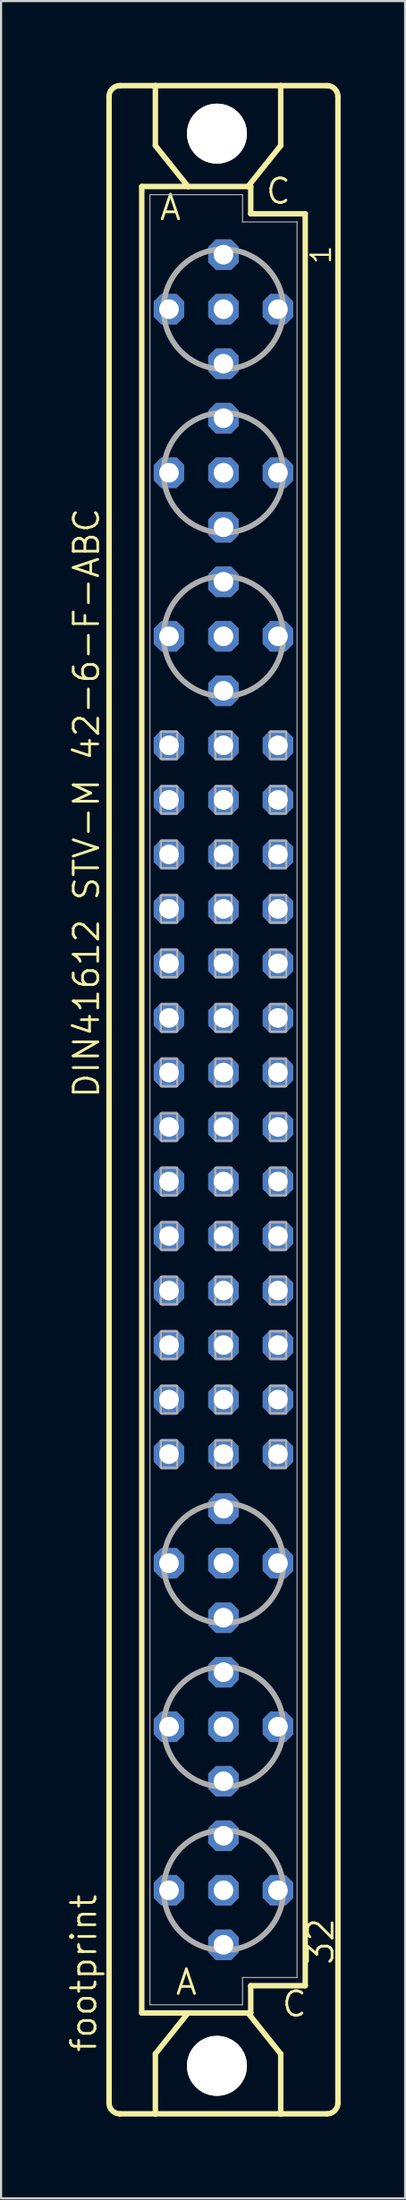
<source format=kicad_pcb>
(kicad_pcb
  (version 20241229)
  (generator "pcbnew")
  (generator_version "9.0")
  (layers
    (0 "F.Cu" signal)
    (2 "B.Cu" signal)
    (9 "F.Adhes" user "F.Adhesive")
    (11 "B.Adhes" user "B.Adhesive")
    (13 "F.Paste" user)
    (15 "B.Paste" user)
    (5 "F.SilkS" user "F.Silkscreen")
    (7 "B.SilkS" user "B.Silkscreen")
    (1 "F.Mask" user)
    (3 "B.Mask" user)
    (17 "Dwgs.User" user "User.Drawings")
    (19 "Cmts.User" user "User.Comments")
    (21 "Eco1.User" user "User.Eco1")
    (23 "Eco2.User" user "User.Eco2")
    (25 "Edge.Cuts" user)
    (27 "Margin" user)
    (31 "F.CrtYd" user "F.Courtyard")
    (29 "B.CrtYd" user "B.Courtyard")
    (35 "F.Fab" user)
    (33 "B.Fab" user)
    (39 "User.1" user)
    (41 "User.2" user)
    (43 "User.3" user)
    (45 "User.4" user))
  (footprint "footprint"
    (layer "F.Cu")
    (at 7.366 48.184)
    (property "Reference" "footprint" (at -5.842 44.45 90) (layer "F.SilkS") (effects (font (size 1.143 1.143) (thickness 0.127)) (justify left bottom)))
    (fp_line (start -5.334 46.736) (end -5.334 -46.736) (stroke (width 0.254) (type solid)) (layer "F.SilkS"))
    (fp_line (start -4.826 -47.244) (end -3.175 -47.244) (stroke (width 0.254) (type solid)) (layer "F.SilkS"))
    (fp_line (start -4.826 47.244) (end -3.175 47.244) (stroke (width 0.254) (type solid)) (layer "F.SilkS"))
    (fp_line (start -3.81 -42.545) (end -3.81 42.545) (stroke (width 0.254) (type solid)) (layer "F.SilkS"))
    (fp_line (start -3.81 42.545) (end -1.651 42.545) (stroke (width 0.254) (type solid)) (layer "F.SilkS"))
    (fp_line (start -3.175 -47.244) (end -3.175 -44.45) (stroke (width 0.254) (type solid)) (layer "F.SilkS"))
    (fp_line (start -3.175 47.244) (end -3.175 44.45) (stroke (width 0.254) (type solid)) (layer "F.SilkS"))
    (fp_line (start -3.175 47.244) (end 2.667 47.244) (stroke (width 0.254) (type solid)) (layer "F.SilkS"))
    (fp_line (start -1.651 -42.545) (end -3.81 -42.545) (stroke (width 0.254) (type solid)) (layer "F.SilkS"))
    (fp_line (start -1.651 -42.545) (end -3.175 -44.45) (stroke (width 0.254) (type solid)) (layer "F.SilkS"))
    (fp_line (start -1.651 42.545) (end -3.175 44.45) (stroke (width 0.254) (type solid)) (layer "F.SilkS"))
    (fp_line (start -1.651 42.545) (end 1.143 42.545) (stroke (width 0.254) (type solid)) (layer "F.SilkS"))
    (fp_line (start 1.143 -42.545) (end -1.651 -42.545) (stroke (width 0.254) (type solid)) (layer "F.SilkS"))
    (fp_line (start 1.143 -42.545) (end 2.667 -44.45) (stroke (width 0.254) (type solid)) (layer "F.SilkS"))
    (fp_line (start 1.143 42.545) (end 1.27 42.545) (stroke (width 0.254) (type solid)) (layer "F.SilkS"))
    (fp_line (start 1.143 42.545) (end 2.667 44.45) (stroke (width 0.254) (type solid)) (layer "F.SilkS"))
    (fp_line (start 1.27 -42.545) (end 1.143 -42.545) (stroke (width 0.254) (type solid)) (layer "F.SilkS"))
    (fp_line (start 1.27 -41.275) (end 1.27 -42.545) (stroke (width 0.254) (type solid)) (layer "F.SilkS"))
    (fp_line (start 1.27 41.275) (end 3.81 41.275) (stroke (width 0.254) (type solid)) (layer "F.SilkS"))
    (fp_line (start 1.27 42.545) (end 1.27 41.275) (stroke (width 0.254) (type solid)) (layer "F.SilkS"))
    (fp_line (start 2.667 -47.244) (end -3.175 -47.244) (stroke (width 0.254) (type solid)) (layer "F.SilkS"))
    (fp_line (start 2.667 -47.244) (end 2.667 -44.45) (stroke (width 0.254) (type solid)) (layer "F.SilkS"))
    (fp_line (start 2.667 47.244) (end 2.667 44.45) (stroke (width 0.254) (type solid)) (layer "F.SilkS"))
    (fp_line (start 2.667 47.244) (end 4.826 47.244) (stroke (width 0.254) (type solid)) (layer "F.SilkS"))
    (fp_line (start 3.81 -41.275) (end 1.27 -41.275) (stroke (width 0.254) (type solid)) (layer "F.SilkS"))
    (fp_line (start 3.81 41.275) (end 3.81 -41.275) (stroke (width 0.254) (type solid)) (layer "F.SilkS"))
    (fp_line (start 4.826 -47.244) (end 2.667 -47.244) (stroke (width 0.254) (type solid)) (layer "F.SilkS"))
    (fp_line (start 5.334 46.736) (end 5.334 -46.736) (stroke (width 0.254) (type solid)) (layer "F.SilkS"))
    (fp_arc (start -5.334 -46.736) (mid -5.18521 -47.09521) (end -4.826 -47.244) (stroke (width 0.254) (type solid)) (layer "F.SilkS"))
    (fp_arc (start -4.826 47.244) (mid -5.18521 47.09521) (end -5.334 46.736) (stroke (width 0.254) (type solid)) (layer "F.SilkS"))
    (fp_arc (start 4.826 -47.244) (mid 5.18521 -47.09521) (end 5.334 -46.736) (stroke (width 0.254) (type solid)) (layer "F.SilkS"))
    (fp_arc (start 5.334 46.736) (mid 5.18521 47.09521) (end 4.826 47.244) (stroke (width 0.254) (type solid)) (layer "F.SilkS"))
    (fp_circle (center -0.305 -45.009) (end 0.965 -45.009) (stroke (width 0.254) (type solid)) (fill no) (layer "F.SilkS"))
    (fp_circle (center -0.305 45.009) (end 0.965 45.009) (stroke (width 0.254) (type solid)) (fill no) (layer "F.SilkS"))
    (fp_line (start -3.429 -42.164) (end -3.429 42.164) (stroke (width 0.051) (type solid)) (layer "F.Fab"))
    (fp_line (start -3.429 -42.164) (end 0.889 -42.164) (stroke (width 0.051) (type solid)) (layer "F.Fab"))
    (fp_line (start -3.429 42.164) (end 0.889 42.164) (stroke (width 0.051) (type solid)) (layer "F.Fab"))
    (fp_line (start 0.889 -42.164) (end 0.889 -40.894) (stroke (width 0.051) (type solid)) (layer "F.Fab"))
    (fp_line (start 0.889 -40.894) (end 3.429 -40.894) (stroke (width 0.051) (type solid)) (layer "F.Fab"))
    (fp_line (start 0.889 40.894) (end 3.429 40.894) (stroke (width 0.051) (type solid)) (layer "F.Fab"))
    (fp_line (start 0.889 42.164) (end 0.889 40.894) (stroke (width 0.051) (type solid)) (layer "F.Fab"))
    (fp_line (start 3.429 -40.894) (end 3.429 40.894) (stroke (width 0.051) (type solid)) (layer "F.Fab"))
    (fp_circle (center 0 -36.83) (end 2.794 -36.83) (stroke (width 0.254) (type solid)) (fill no) (layer "F.Fab"))
    (fp_circle (center 0 -29.21) (end 2.794 -29.21) (stroke (width 0.254) (type solid)) (fill no) (layer "F.Fab"))
    (fp_circle (center 0 -21.59) (end 2.794 -21.59) (stroke (width 0.254) (type solid)) (fill no) (layer "F.Fab"))
    (fp_circle (center 0 21.59) (end 2.794 21.59) (stroke (width 0.254) (type solid)) (fill no) (layer "F.Fab"))
    (fp_circle (center 0 29.21) (end 2.794 29.21) (stroke (width 0.254) (type solid)) (fill no) (layer "F.Fab"))
    (fp_circle (center 0 36.83) (end 2.794 36.83) (stroke (width 0.254) (type solid)) (fill no) (layer "F.Fab"))
    (fp_poly (pts (xy -2.921 -15.875) (xy -2.159 -15.875) (xy -2.159 -17.145) (xy -2.921 -17.145)) (stroke (width 0.1) (type solid)) (fill no) (layer "F.Fab"))
    (fp_poly (pts (xy -2.921 -13.335) (xy -2.159 -13.335) (xy -2.159 -14.605) (xy -2.921 -14.605)) (stroke (width 0.1) (type solid)) (fill no) (layer "F.Fab"))
    (fp_poly (pts (xy -2.921 -10.795) (xy -2.159 -10.795) (xy -2.159 -12.065) (xy -2.921 -12.065)) (stroke (width 0.1) (type solid)) (fill no) (layer "F.Fab"))
    (fp_poly (pts (xy -2.921 -8.255) (xy -2.159 -8.255) (xy -2.159 -9.525) (xy -2.921 -9.525)) (stroke (width 0.1) (type solid)) (fill no) (layer "F.Fab"))
    (fp_poly (pts (xy -2.921 -5.715) (xy -2.159 -5.715) (xy -2.159 -6.985) (xy -2.921 -6.985)) (stroke (width 0.1) (type solid)) (fill no) (layer "F.Fab"))
    (fp_poly (pts (xy -2.921 -3.175) (xy -2.159 -3.175) (xy -2.159 -4.445) (xy -2.921 -4.445)) (stroke (width 0.1) (type solid)) (fill no) (layer "F.Fab"))
    (fp_poly (pts (xy -2.921 -0.635) (xy -2.159 -0.635) (xy -2.159 -1.905) (xy -2.921 -1.905)) (stroke (width 0.1) (type solid)) (fill no) (layer "F.Fab"))
    (fp_poly (pts (xy -2.921 1.905) (xy -2.159 1.905) (xy -2.159 0.635) (xy -2.921 0.635)) (stroke (width 0.1) (type solid)) (fill no) (layer "F.Fab"))
    (fp_poly (pts (xy -2.921 4.445) (xy -2.159 4.445) (xy -2.159 3.175) (xy -2.921 3.175)) (stroke (width 0.1) (type solid)) (fill no) (layer "F.Fab"))
    (fp_poly (pts (xy -2.921 6.985) (xy -2.159 6.985) (xy -2.159 5.715) (xy -2.921 5.715)) (stroke (width 0.1) (type solid)) (fill no) (layer "F.Fab"))
    (fp_poly (pts (xy -2.921 9.525) (xy -2.159 9.525) (xy -2.159 8.255) (xy -2.921 8.255)) (stroke (width 0.1) (type solid)) (fill no) (layer "F.Fab"))
    (fp_poly (pts (xy -2.921 12.065) (xy -2.159 12.065) (xy -2.159 10.795) (xy -2.921 10.795)) (stroke (width 0.1) (type solid)) (fill no) (layer "F.Fab"))
    (fp_poly (pts (xy -2.921 14.605) (xy -2.159 14.605) (xy -2.159 13.335) (xy -2.921 13.335)) (stroke (width 0.1) (type solid)) (fill no) (layer "F.Fab"))
    (fp_poly (pts (xy -2.921 17.145) (xy -2.159 17.145) (xy -2.159 15.875) (xy -2.921 15.875)) (stroke (width 0.1) (type solid)) (fill no) (layer "F.Fab"))
    (fp_poly (pts (xy -0.381 -15.875) (xy 0.381 -15.875) (xy 0.381 -17.145) (xy -0.381 -17.145)) (stroke (width 0.1) (type solid)) (fill no) (layer "F.Fab"))
    (fp_poly (pts (xy -0.381 -13.335) (xy 0.381 -13.335) (xy 0.381 -14.605) (xy -0.381 -14.605)) (stroke (width 0.1) (type solid)) (fill no) (layer "F.Fab"))
    (fp_poly (pts (xy -0.381 -10.795) (xy 0.381 -10.795) (xy 0.381 -12.065) (xy -0.381 -12.065)) (stroke (width 0.1) (type solid)) (fill no) (layer "F.Fab"))
    (fp_poly (pts (xy -0.381 -8.255) (xy 0.381 -8.255) (xy 0.381 -9.525) (xy -0.381 -9.525)) (stroke (width 0.1) (type solid)) (fill no) (layer "F.Fab"))
    (fp_poly (pts (xy -0.381 -5.715) (xy 0.381 -5.715) (xy 0.381 -6.985) (xy -0.381 -6.985)) (stroke (width 0.1) (type solid)) (fill no) (layer "F.Fab"))
    (fp_poly (pts (xy -0.381 -3.175) (xy 0.381 -3.175) (xy 0.381 -4.445) (xy -0.381 -4.445)) (stroke (width 0.1) (type solid)) (fill no) (layer "F.Fab"))
    (fp_poly (pts (xy -0.381 -0.635) (xy 0.381 -0.635) (xy 0.381 -1.905) (xy -0.381 -1.905)) (stroke (width 0.1) (type solid)) (fill no) (layer "F.Fab"))
    (fp_poly (pts (xy -0.381 1.905) (xy 0.381 1.905) (xy 0.381 0.635) (xy -0.381 0.635)) (stroke (width 0.1) (type solid)) (fill no) (layer "F.Fab"))
    (fp_poly (pts (xy -0.381 4.445) (xy 0.381 4.445) (xy 0.381 3.175) (xy -0.381 3.175)) (stroke (width 0.1) (type solid)) (fill no) (layer "F.Fab"))
    (fp_poly (pts (xy -0.381 6.985) (xy 0.381 6.985) (xy 0.381 5.715) (xy -0.381 5.715)) (stroke (width 0.1) (type solid)) (fill no) (layer "F.Fab"))
    (fp_poly (pts (xy -0.381 9.525) (xy 0.381 9.525) (xy 0.381 8.255) (xy -0.381 8.255)) (stroke (width 0.1) (type solid)) (fill no) (layer "F.Fab"))
    (fp_poly (pts (xy -0.381 12.065) (xy 0.381 12.065) (xy 0.381 10.795) (xy -0.381 10.795)) (stroke (width 0.1) (type solid)) (fill no) (layer "F.Fab"))
    (fp_poly (pts (xy -0.381 14.605) (xy 0.381 14.605) (xy 0.381 13.335) (xy -0.381 13.335)) (stroke (width 0.1) (type solid)) (fill no) (layer "F.Fab"))
    (fp_poly (pts (xy -0.381 17.145) (xy 0.381 17.145) (xy 0.381 15.875) (xy -0.381 15.875)) (stroke (width 0.1) (type solid)) (fill no) (layer "F.Fab"))
    (fp_poly (pts (xy 2.159 -15.875) (xy 2.921 -15.875) (xy 2.921 -17.145) (xy 2.159 -17.145)) (stroke (width 0.1) (type solid)) (fill no) (layer "F.Fab"))
    (fp_poly (pts (xy 2.159 -13.335) (xy 2.921 -13.335) (xy 2.921 -14.605) (xy 2.159 -14.605)) (stroke (width 0.1) (type solid)) (fill no) (layer "F.Fab"))
    (fp_poly (pts (xy 2.159 -10.795) (xy 2.921 -10.795) (xy 2.921 -12.065) (xy 2.159 -12.065)) (stroke (width 0.1) (type solid)) (fill no) (layer "F.Fab"))
    (fp_poly (pts (xy 2.159 -8.255) (xy 2.921 -8.255) (xy 2.921 -9.525) (xy 2.159 -9.525)) (stroke (width 0.1) (type solid)) (fill no) (layer "F.Fab"))
    (fp_poly (pts (xy 2.159 -5.715) (xy 2.921 -5.715) (xy 2.921 -6.985) (xy 2.159 -6.985)) (stroke (width 0.1) (type solid)) (fill no) (layer "F.Fab"))
    (fp_poly (pts (xy 2.159 -3.175) (xy 2.921 -3.175) (xy 2.921 -4.445) (xy 2.159 -4.445)) (stroke (width 0.1) (type solid)) (fill no) (layer "F.Fab"))
    (fp_poly (pts (xy 2.159 -0.635) (xy 2.921 -0.635) (xy 2.921 -1.905) (xy 2.159 -1.905)) (stroke (width 0.1) (type solid)) (fill no) (layer "F.Fab"))
    (fp_poly (pts (xy 2.159 1.905) (xy 2.921 1.905) (xy 2.921 0.635) (xy 2.159 0.635)) (stroke (width 0.1) (type solid)) (fill no) (layer "F.Fab"))
    (fp_poly (pts (xy 2.159 4.445) (xy 2.921 4.445) (xy 2.921 3.175) (xy 2.159 3.175)) (stroke (width 0.1) (type solid)) (fill no) (layer "F.Fab"))
    (fp_poly (pts (xy 2.159 6.985) (xy 2.921 6.985) (xy 2.921 5.715) (xy 2.159 5.715)) (stroke (width 0.1) (type solid)) (fill no) (layer "F.Fab"))
    (fp_poly (pts (xy 2.159 9.525) (xy 2.921 9.525) (xy 2.921 8.255) (xy 2.159 8.255)) (stroke (width 0.1) (type solid)) (fill no) (layer "F.Fab"))
    (fp_poly (pts (xy 2.159 12.065) (xy 2.921 12.065) (xy 2.921 10.795) (xy 2.159 10.795)) (stroke (width 0.1) (type solid)) (fill no) (layer "F.Fab"))
    (fp_poly (pts (xy 2.159 14.605) (xy 2.921 14.605) (xy 2.921 13.335) (xy 2.159 13.335)) (stroke (width 0.1) (type solid)) (fill no) (layer "F.Fab"))
    (fp_poly (pts (xy 2.159 17.145) (xy 2.921 17.145) (xy 2.921 15.875) (xy 2.159 15.875)) (stroke (width 0.1) (type solid)) (fill no) (layer "F.Fab"))
    (fp_text user "A" (at -3.048 -40.894 0) (layer "F.SilkS") (effects (font (size 1.143 1.143) (thickness 0.127)) (justify left bottom)))
    (fp_text user "DIN41612 STV-M 42-6-F-ABC" (at -5.715 0 90) (layer "F.SilkS") (effects (font (size 1.143 1.143) (thickness 0.127)) (justify left bottom)))
    (fp_text user "1" (at 5.08 -38.862 90) (layer "F.SilkS") (effects (font (size 0.914 0.914) (thickness 0.102)) (justify left bottom)))
    (fp_text user "C" (at 1.905 -41.656 0) (layer "F.SilkS") (effects (font (size 1.143 1.143) (thickness 0.127)) (justify left bottom)))
    (fp_text user "32" (at 5.207 40.386 90) (layer "F.SilkS") (effects (font (size 1.143 1.143) (thickness 0.127)) (justify left bottom)))
    (fp_text user " A " (at -3.175 41.783 0) (layer "F.SilkS") (effects (font (size 1.143 1.143) (thickness 0.127)) (justify left bottom)))
    (fp_text user " C " (at 1.778 42.799 0) (layer "F.SilkS") (effects (font (size 1.143 1.143) (thickness 0.127)) (justify left bottom)))
    (pad "" np_thru_hole circle (at -0.305 -45.009) (size 2.794 2.794) (drill 2.794) (layers "*.Cu" "*.Mask"))
    (pad "" np_thru_hole circle (at -0.305 45.009) (size 2.794 2.794) (drill 2.794) (layers "*.Cu" "*.Mask"))
    (pad "A2" thru_hole roundrect (at -2.54 -36.83) (size 1.422 1.422) (drill 0.914) (layers "*.Cu" "*.Mask") (roundrect_rratio 0.25) (chamfer_ratio 0.25) (chamfer top_left top_right bottom_left bottom_right))
    (pad "A5" thru_hole roundrect (at -2.54 -29.21) (size 1.422 1.422) (drill 0.914) (layers "*.Cu" "*.Mask") (roundrect_rratio 0.25) (chamfer_ratio 0.25) (chamfer top_left top_right bottom_left bottom_right))
    (pad "A8" thru_hole roundrect (at -2.54 -21.59) (size 1.422 1.422) (drill 0.914) (layers "*.Cu" "*.Mask") (roundrect_rratio 0.25) (chamfer_ratio 0.25) (chamfer top_left top_right bottom_left bottom_right))
    (pad "A10" thru_hole roundrect (at -2.54 -16.51) (size 1.422 1.422) (drill 0.914) (layers "*.Cu" "*.Mask") (roundrect_rratio 0.25) (chamfer_ratio 0.25) (chamfer top_left top_right bottom_left bottom_right))
    (pad "A11" thru_hole roundrect (at -2.54 -13.97) (size 1.422 1.422) (drill 0.914) (layers "*.Cu" "*.Mask") (roundrect_rratio 0.25) (chamfer_ratio 0.25) (chamfer top_left top_right bottom_left bottom_right))
    (pad "A12" thru_hole roundrect (at -2.54 -11.43) (size 1.422 1.422) (drill 0.914) (layers "*.Cu" "*.Mask") (roundrect_rratio 0.25) (chamfer_ratio 0.25) (chamfer top_left top_right bottom_left bottom_right))
    (pad "A13" thru_hole roundrect (at -2.54 -8.89) (size 1.422 1.422) (drill 0.914) (layers "*.Cu" "*.Mask") (roundrect_rratio 0.25) (chamfer_ratio 0.25) (chamfer top_left top_right bottom_left bottom_right))
    (pad "A14" thru_hole roundrect (at -2.54 -6.35) (size 1.422 1.422) (drill 0.914) (layers "*.Cu" "*.Mask") (roundrect_rratio 0.25) (chamfer_ratio 0.25) (chamfer top_left top_right bottom_left bottom_right))
    (pad "A15" thru_hole roundrect (at -2.54 -3.81) (size 1.422 1.422) (drill 0.914) (layers "*.Cu" "*.Mask") (roundrect_rratio 0.25) (chamfer_ratio 0.25) (chamfer top_left top_right bottom_left bottom_right))
    (pad "A16" thru_hole roundrect (at -2.54 -1.27) (size 1.422 1.422) (drill 0.914) (layers "*.Cu" "*.Mask") (roundrect_rratio 0.25) (chamfer_ratio 0.25) (chamfer top_left top_right bottom_left bottom_right))
    (pad "A17" thru_hole roundrect (at -2.54 1.27) (size 1.422 1.422) (drill 0.914) (layers "*.Cu" "*.Mask") (roundrect_rratio 0.25) (chamfer_ratio 0.25) (chamfer top_left top_right bottom_left bottom_right))
    (pad "A18" thru_hole roundrect (at -2.54 3.81) (size 1.422 1.422) (drill 0.914) (layers "*.Cu" "*.Mask") (roundrect_rratio 0.25) (chamfer_ratio 0.25) (chamfer top_left top_right bottom_left bottom_right))
    (pad "A19" thru_hole roundrect (at -2.54 6.35) (size 1.422 1.422) (drill 0.914) (layers "*.Cu" "*.Mask") (roundrect_rratio 0.25) (chamfer_ratio 0.25) (chamfer top_left top_right bottom_left bottom_right))
    (pad "A20" thru_hole roundrect (at -2.54 8.89) (size 1.422 1.422) (drill 0.914) (layers "*.Cu" "*.Mask") (roundrect_rratio 0.25) (chamfer_ratio 0.25) (chamfer top_left top_right bottom_left bottom_right))
    (pad "A21" thru_hole roundrect (at -2.54 11.43) (size 1.422 1.422) (drill 0.914) (layers "*.Cu" "*.Mask") (roundrect_rratio 0.25) (chamfer_ratio 0.25) (chamfer top_left top_right bottom_left bottom_right))
    (pad "A22" thru_hole roundrect (at -2.54 13.97) (size 1.422 1.422) (drill 0.914) (layers "*.Cu" "*.Mask") (roundrect_rratio 0.25) (chamfer_ratio 0.25) (chamfer top_left top_right bottom_left bottom_right))
    (pad "A23" thru_hole roundrect (at -2.54 16.51) (size 1.422 1.422) (drill 0.914) (layers "*.Cu" "*.Mask") (roundrect_rratio 0.25) (chamfer_ratio 0.25) (chamfer top_left top_right bottom_left bottom_right))
    (pad "A25" thru_hole roundrect (at -2.54 21.59) (size 1.422 1.422) (drill 0.914) (layers "*.Cu" "*.Mask") (roundrect_rratio 0.25) (chamfer_ratio 0.25) (chamfer top_left top_right bottom_left bottom_right))
    (pad "A28" thru_hole roundrect (at -2.54 29.21) (size 1.422 1.422) (drill 0.914) (layers "*.Cu" "*.Mask") (roundrect_rratio 0.25) (chamfer_ratio 0.25) (chamfer top_left top_right bottom_left bottom_right))
    (pad "A31" thru_hole roundrect (at -2.54 36.83) (size 1.422 1.422) (drill 0.914) (layers "*.Cu" "*.Mask") (roundrect_rratio 0.25) (chamfer_ratio 0.25) (chamfer top_left top_right bottom_left bottom_right))
    (pad "B1" thru_hole roundrect (at 0 -39.37) (size 1.422 1.422) (drill 0.914) (layers "*.Cu" "*.Mask") (roundrect_rratio 0.25) (chamfer_ratio 0.25) (chamfer top_left top_right bottom_left bottom_right))
    (pad "B2" thru_hole roundrect (at 0 -36.83) (size 1.422 1.422) (drill 0.914) (layers "*.Cu" "*.Mask") (roundrect_rratio 0.25) (chamfer_ratio 0.25) (chamfer top_left top_right bottom_left bottom_right))
    (pad "B3" thru_hole roundrect (at 0 -34.29) (size 1.422 1.422) (drill 0.914) (layers "*.Cu" "*.Mask") (roundrect_rratio 0.25) (chamfer_ratio 0.25) (chamfer top_left top_right bottom_left bottom_right))
    (pad "B4" thru_hole roundrect (at 0 -31.75) (size 1.422 1.422) (drill 0.914) (layers "*.Cu" "*.Mask") (roundrect_rratio 0.25) (chamfer_ratio 0.25) (chamfer top_left top_right bottom_left bottom_right))
    (pad "B5" thru_hole roundrect (at 0 -29.21) (size 1.422 1.422) (drill 0.914) (layers "*.Cu" "*.Mask") (roundrect_rratio 0.25) (chamfer_ratio 0.25) (chamfer top_left top_right bottom_left bottom_right))
    (pad "B6" thru_hole roundrect (at 0 -26.67) (size 1.422 1.422) (drill 0.914) (layers "*.Cu" "*.Mask") (roundrect_rratio 0.25) (chamfer_ratio 0.25) (chamfer top_left top_right bottom_left bottom_right))
    (pad "B7" thru_hole roundrect (at 0 -24.13) (size 1.422 1.422) (drill 0.914) (layers "*.Cu" "*.Mask") (roundrect_rratio 0.25) (chamfer_ratio 0.25) (chamfer top_left top_right bottom_left bottom_right))
    (pad "B8" thru_hole roundrect (at 0 -21.59) (size 1.422 1.422) (drill 0.914) (layers "*.Cu" "*.Mask") (roundrect_rratio 0.25) (chamfer_ratio 0.25) (chamfer top_left top_right bottom_left bottom_right))
    (pad "B9" thru_hole roundrect (at 0 -19.05) (size 1.422 1.422) (drill 0.914) (layers "*.Cu" "*.Mask") (roundrect_rratio 0.25) (chamfer_ratio 0.25) (chamfer top_left top_right bottom_left bottom_right))
    (pad "B10" thru_hole roundrect (at 0 -16.51) (size 1.422 1.422) (drill 0.914) (layers "*.Cu" "*.Mask") (roundrect_rratio 0.25) (chamfer_ratio 0.25) (chamfer top_left top_right bottom_left bottom_right))
    (pad "B11" thru_hole roundrect (at 0 -13.97) (size 1.422 1.422) (drill 0.914) (layers "*.Cu" "*.Mask") (roundrect_rratio 0.25) (chamfer_ratio 0.25) (chamfer top_left top_right bottom_left bottom_right))
    (pad "B12" thru_hole roundrect (at 0 -11.43) (size 1.422 1.422) (drill 0.914) (layers "*.Cu" "*.Mask") (roundrect_rratio 0.25) (chamfer_ratio 0.25) (chamfer top_left top_right bottom_left bottom_right))
    (pad "B13" thru_hole roundrect (at 0 -8.89) (size 1.422 1.422) (drill 0.914) (layers "*.Cu" "*.Mask") (roundrect_rratio 0.25) (chamfer_ratio 0.25) (chamfer top_left top_right bottom_left bottom_right))
    (pad "B14" thru_hole roundrect (at 0 -6.35) (size 1.422 1.422) (drill 0.914) (layers "*.Cu" "*.Mask") (roundrect_rratio 0.25) (chamfer_ratio 0.25) (chamfer top_left top_right bottom_left bottom_right))
    (pad "B15" thru_hole roundrect (at 0 -3.81) (size 1.422 1.422) (drill 0.914) (layers "*.Cu" "*.Mask") (roundrect_rratio 0.25) (chamfer_ratio 0.25) (chamfer top_left top_right bottom_left bottom_right))
    (pad "B16" thru_hole roundrect (at 0 -1.27) (size 1.422 1.422) (drill 0.914) (layers "*.Cu" "*.Mask") (roundrect_rratio 0.25) (chamfer_ratio 0.25) (chamfer top_left top_right bottom_left bottom_right))
    (pad "B17" thru_hole roundrect (at 0 1.27) (size 1.422 1.422) (drill 0.914) (layers "*.Cu" "*.Mask") (roundrect_rratio 0.25) (chamfer_ratio 0.25) (chamfer top_left top_right bottom_left bottom_right))
    (pad "B18" thru_hole roundrect (at 0 3.81) (size 1.422 1.422) (drill 0.914) (layers "*.Cu" "*.Mask") (roundrect_rratio 0.25) (chamfer_ratio 0.25) (chamfer top_left top_right bottom_left bottom_right))
    (pad "B19" thru_hole roundrect (at 0 6.35) (size 1.422 1.422) (drill 0.914) (layers "*.Cu" "*.Mask") (roundrect_rratio 0.25) (chamfer_ratio 0.25) (chamfer top_left top_right bottom_left bottom_right))
    (pad "B20" thru_hole roundrect (at 0 8.89) (size 1.422 1.422) (drill 0.914) (layers "*.Cu" "*.Mask") (roundrect_rratio 0.25) (chamfer_ratio 0.25) (chamfer top_left top_right bottom_left bottom_right))
    (pad "B21" thru_hole roundrect (at 0 11.43) (size 1.422 1.422) (drill 0.914) (layers "*.Cu" "*.Mask") (roundrect_rratio 0.25) (chamfer_ratio 0.25) (chamfer top_left top_right bottom_left bottom_right))
    (pad "B22" thru_hole roundrect (at 0 13.97) (size 1.422 1.422) (drill 0.914) (layers "*.Cu" "*.Mask") (roundrect_rratio 0.25) (chamfer_ratio 0.25) (chamfer top_left top_right bottom_left bottom_right))
    (pad "B23" thru_hole roundrect (at 0 16.51) (size 1.422 1.422) (drill 0.914) (layers "*.Cu" "*.Mask") (roundrect_rratio 0.25) (chamfer_ratio 0.25) (chamfer top_left top_right bottom_left bottom_right))
    (pad "B24" thru_hole roundrect (at 0 19.05) (size 1.422 1.422) (drill 0.914) (layers "*.Cu" "*.Mask") (roundrect_rratio 0.25) (chamfer_ratio 0.25) (chamfer top_left top_right bottom_left bottom_right))
    (pad "B25" thru_hole roundrect (at 0 21.59) (size 1.422 1.422) (drill 0.914) (layers "*.Cu" "*.Mask") (roundrect_rratio 0.25) (chamfer_ratio 0.25) (chamfer top_left top_right bottom_left bottom_right))
    (pad "B26" thru_hole roundrect (at 0 24.13) (size 1.422 1.422) (drill 0.914) (layers "*.Cu" "*.Mask") (roundrect_rratio 0.25) (chamfer_ratio 0.25) (chamfer top_left top_right bottom_left bottom_right))
    (pad "B27" thru_hole roundrect (at 0 26.67) (size 1.422 1.422) (drill 0.914) (layers "*.Cu" "*.Mask") (roundrect_rratio 0.25) (chamfer_ratio 0.25) (chamfer top_left top_right bottom_left bottom_right))
    (pad "B28" thru_hole roundrect (at 0 29.21) (size 1.422 1.422) (drill 0.914) (layers "*.Cu" "*.Mask") (roundrect_rratio 0.25) (chamfer_ratio 0.25) (chamfer top_left top_right bottom_left bottom_right))
    (pad "B29" thru_hole roundrect (at 0 31.75) (size 1.422 1.422) (drill 0.914) (layers "*.Cu" "*.Mask") (roundrect_rratio 0.25) (chamfer_ratio 0.25) (chamfer top_left top_right bottom_left bottom_right))
    (pad "B30" thru_hole roundrect (at 0 34.29) (size 1.422 1.422) (drill 0.914) (layers "*.Cu" "*.Mask") (roundrect_rratio 0.25) (chamfer_ratio 0.25) (chamfer top_left top_right bottom_left bottom_right))
    (pad "B31" thru_hole roundrect (at 0 36.83) (size 1.422 1.422) (drill 0.914) (layers "*.Cu" "*.Mask") (roundrect_rratio 0.25) (chamfer_ratio 0.25) (chamfer top_left top_right bottom_left bottom_right))
    (pad "B32" thru_hole roundrect (at 0 39.37) (size 1.422 1.422) (drill 0.914) (layers "*.Cu" "*.Mask") (roundrect_rratio 0.25) (chamfer_ratio 0.25) (chamfer top_left top_right bottom_left bottom_right))
    (pad "C2" thru_hole roundrect (at 2.54 -36.83) (size 1.422 1.422) (drill 0.914) (layers "*.Cu" "*.Mask") (roundrect_rratio 0.25) (chamfer_ratio 0.25) (chamfer top_left top_right bottom_left bottom_right))
    (pad "C5" thru_hole roundrect (at 2.54 -29.21) (size 1.422 1.422) (drill 0.914) (layers "*.Cu" "*.Mask") (roundrect_rratio 0.25) (chamfer_ratio 0.25) (chamfer top_left top_right bottom_left bottom_right))
    (pad "C8" thru_hole roundrect (at 2.54 -21.59) (size 1.422 1.422) (drill 0.914) (layers "*.Cu" "*.Mask") (roundrect_rratio 0.25) (chamfer_ratio 0.25) (chamfer top_left top_right bottom_left bottom_right))
    (pad "C10" thru_hole roundrect (at 2.54 -16.51) (size 1.422 1.422) (drill 0.914) (layers "*.Cu" "*.Mask") (roundrect_rratio 0.25) (chamfer_ratio 0.25) (chamfer top_left top_right bottom_left bottom_right))
    (pad "C11" thru_hole roundrect (at 2.54 -13.97) (size 1.422 1.422) (drill 0.914) (layers "*.Cu" "*.Mask") (roundrect_rratio 0.25) (chamfer_ratio 0.25) (chamfer top_left top_right bottom_left bottom_right))
    (pad "C12" thru_hole roundrect (at 2.54 -11.43) (size 1.422 1.422) (drill 0.914) (layers "*.Cu" "*.Mask") (roundrect_rratio 0.25) (chamfer_ratio 0.25) (chamfer top_left top_right bottom_left bottom_right))
    (pad "C13" thru_hole roundrect (at 2.54 -8.89) (size 1.422 1.422) (drill 0.914) (layers "*.Cu" "*.Mask") (roundrect_rratio 0.25) (chamfer_ratio 0.25) (chamfer top_left top_right bottom_left bottom_right))
    (pad "C14" thru_hole roundrect (at 2.54 -6.35) (size 1.422 1.422) (drill 0.914) (layers "*.Cu" "*.Mask") (roundrect_rratio 0.25) (chamfer_ratio 0.25) (chamfer top_left top_right bottom_left bottom_right))
    (pad "C15" thru_hole roundrect (at 2.54 -3.81) (size 1.422 1.422) (drill 0.914) (layers "*.Cu" "*.Mask") (roundrect_rratio 0.25) (chamfer_ratio 0.25) (chamfer top_left top_right bottom_left bottom_right))
    (pad "C16" thru_hole roundrect (at 2.54 -1.27) (size 1.422 1.422) (drill 0.914) (layers "*.Cu" "*.Mask") (roundrect_rratio 0.25) (chamfer_ratio 0.25) (chamfer top_left top_right bottom_left bottom_right))
    (pad "C17" thru_hole roundrect (at 2.54 1.27) (size 1.422 1.422) (drill 0.914) (layers "*.Cu" "*.Mask") (roundrect_rratio 0.25) (chamfer_ratio 0.25) (chamfer top_left top_right bottom_left bottom_right))
    (pad "C18" thru_hole roundrect (at 2.54 3.81) (size 1.422 1.422) (drill 0.914) (layers "*.Cu" "*.Mask") (roundrect_rratio 0.25) (chamfer_ratio 0.25) (chamfer top_left top_right bottom_left bottom_right))
    (pad "C19" thru_hole roundrect (at 2.54 6.35) (size 1.422 1.422) (drill 0.914) (layers "*.Cu" "*.Mask") (roundrect_rratio 0.25) (chamfer_ratio 0.25) (chamfer top_left top_right bottom_left bottom_right))
    (pad "C20" thru_hole roundrect (at 2.54 8.89) (size 1.422 1.422) (drill 0.914) (layers "*.Cu" "*.Mask") (roundrect_rratio 0.25) (chamfer_ratio 0.25) (chamfer top_left top_right bottom_left bottom_right))
    (pad "C21" thru_hole roundrect (at 2.54 11.43) (size 1.422 1.422) (drill 0.914) (layers "*.Cu" "*.Mask") (roundrect_rratio 0.25) (chamfer_ratio 0.25) (chamfer top_left top_right bottom_left bottom_right))
    (pad "C22" thru_hole roundrect (at 2.54 13.97) (size 1.422 1.422) (drill 0.914) (layers "*.Cu" "*.Mask") (roundrect_rratio 0.25) (chamfer_ratio 0.25) (chamfer top_left top_right bottom_left bottom_right))
    (pad "C23" thru_hole roundrect (at 2.54 16.51) (size 1.422 1.422) (drill 0.914) (layers "*.Cu" "*.Mask") (roundrect_rratio 0.25) (chamfer_ratio 0.25) (chamfer top_left top_right bottom_left bottom_right))
    (pad "C25" thru_hole roundrect (at 2.54 21.59) (size 1.422 1.422) (drill 0.914) (layers "*.Cu" "*.Mask") (roundrect_rratio 0.25) (chamfer_ratio 0.25) (chamfer top_left top_right bottom_left bottom_right))
    (pad "C28" thru_hole roundrect (at 2.54 29.21) (size 1.422 1.422) (drill 0.914) (layers "*.Cu" "*.Mask") (roundrect_rratio 0.25) (chamfer_ratio 0.25) (chamfer top_left top_right bottom_left bottom_right))
    (pad "C31" thru_hole roundrect (at 2.54 36.83) (size 1.422 1.422) (drill 0.914) (layers "*.Cu" "*.Mask") (roundrect_rratio 0.25) (chamfer_ratio 0.25) (chamfer top_left top_right bottom_left bottom_right))
    (zone (net_name "") (layers "F.Cu" "B.Cu") (hatch edge 0.508) (connect_pads) (min_thickness 0.254) (filled_areas_thickness no) (keepout (tracks allowed) (vias not_allowed) (pads allowed) (copperpour allowed) (footprints allowed)) (placement (enabled no)) (fill) (polygon (pts (xy 10.236 3.175) (xy 10.188 2.624) (xy 10.045 2.089) (xy 9.811 1.587) (xy 9.493 1.134) (xy 9.102 0.743) (xy 8.649 0.425) (xy 8.147 0.191) (xy 7.613 0.048) (xy 7.061 0) (xy 6.51 0.048) (xy 5.975 0.191) (xy 5.474 0.425) (xy 5.02 0.743) (xy 4.629 1.134) (xy 4.312 1.587) (xy 4.078 2.089) (xy 3.934 2.624) (xy 3.886 3.175) (xy 3.934 3.726) (xy 4.078 4.261) (xy 4.312 4.763) (xy 4.629 5.216) (xy 5.02 5.607) (xy 5.474 5.925) (xy 5.975 6.159) (xy 6.51 6.302) (xy 7.061 6.35) (xy 7.613 6.302) (xy 8.147 6.159) (xy 8.649 5.925) (xy 9.102 5.607) (xy 9.493 5.216) (xy 9.811 4.763) (xy 10.045 4.261) (xy 10.188 3.726))) (polygon (pts (xy 8.458 3.175) (xy 8.437 2.932) (xy 8.374 2.697) (xy 8.271 2.477) (xy 8.131 2.277) (xy 7.959 2.105) (xy 7.76 1.965) (xy 7.539 1.862) (xy 7.304 1.799) (xy 7.061 1.778) (xy 6.819 1.799) (xy 6.583 1.862) (xy 6.363 1.965) (xy 6.163 2.105) (xy 5.991 2.277) (xy 5.851 2.477) (xy 5.748 2.697) (xy 5.685 2.932) (xy 5.664 3.175) (xy 5.685 3.418) (xy 5.748 3.653) (xy 5.851 3.873) (xy 5.991 4.073) (xy 6.163 4.245) (xy 6.363 4.385) (xy 6.583 4.488) (xy 6.819 4.551) (xy 7.061 4.572) (xy 7.304 4.551) (xy 7.539 4.488) (xy 7.76 4.385) (xy 7.959 4.245) (xy 8.131 4.073) (xy 8.271 3.873) (xy 8.374 3.653) (xy 8.437 3.418))))
    (zone (net_name "") (layers "F.Cu" "B.Cu") (hatch edge 0.508) (connect_pads) (min_thickness 0.254) (filled_areas_thickness no) (keepout (tracks allowed) (vias not_allowed) (pads allowed) (copperpour allowed) (footprints allowed)) (placement (enabled no)) (fill) (polygon (pts (xy 10.236 93.193) (xy 10.188 92.641) (xy 10.045 92.107) (xy 9.811 91.605) (xy 9.493 91.152) (xy 9.102 90.76) (xy 8.649 90.443) (xy 8.147 90.209) (xy 7.613 90.066) (xy 7.061 90.018) (xy 6.51 90.066) (xy 5.975 90.209) (xy 5.474 90.443) (xy 5.02 90.76) (xy 4.629 91.152) (xy 4.312 91.605) (xy 4.078 92.107) (xy 3.934 92.641) (xy 3.886 93.193) (xy 3.934 93.744) (xy 4.078 94.279) (xy 4.312 94.78) (xy 4.629 95.233) (xy 5.02 95.625) (xy 5.474 95.942) (xy 5.975 96.176) (xy 6.51 96.319) (xy 7.061 96.368) (xy 7.613 96.319) (xy 8.147 96.176) (xy 8.649 95.942) (xy 9.102 95.625) (xy 9.493 95.233) (xy 9.811 94.78) (xy 10.045 94.279) (xy 10.188 93.744))) (polygon (pts (xy 8.458 93.193) (xy 8.437 92.95) (xy 8.374 92.715) (xy 8.271 92.494) (xy 8.131 92.295) (xy 7.959 92.122) (xy 7.76 91.983) (xy 7.539 91.88) (xy 7.304 91.817) (xy 7.061 91.796) (xy 6.819 91.817) (xy 6.583 91.88) (xy 6.363 91.983) (xy 6.163 92.122) (xy 5.991 92.295) (xy 5.851 92.494) (xy 5.748 92.715) (xy 5.685 92.95) (xy 5.664 93.193) (xy 5.685 93.435) (xy 5.748 93.67) (xy 5.851 93.891) (xy 5.991 94.091) (xy 6.163 94.263) (xy 6.363 94.402) (xy 6.583 94.505) (xy 6.819 94.568) (xy 7.061 94.59) (xy 7.304 94.568) (xy 7.539 94.505) (xy 7.76 94.402) (xy 7.959 94.263) (xy 8.131 94.091) (xy 8.271 93.891) (xy 8.374 93.67) (xy 8.437 93.435))))
    (zone (net_name "") (layer "B.Cu") (hatch edge 0.508) (connect_pads) (min_thickness 0.254) (filled_areas_thickness no) (keepout (tracks not_allowed) (vias not_allowed) (pads not_allowed) (copperpour not_allowed) (footprints allowed)) (placement (enabled no)) (fill) (polygon (pts (xy 10.236 3.175) (xy 10.188 2.624) (xy 10.045 2.089) (xy 9.811 1.587) (xy 9.493 1.134) (xy 9.102 0.743) (xy 8.649 0.425) (xy 8.147 0.191) (xy 7.613 0.048) (xy 7.061 0) (xy 6.51 0.048) (xy 5.975 0.191) (xy 5.474 0.425) (xy 5.02 0.743) (xy 4.629 1.134) (xy 4.312 1.587) (xy 4.078 2.089) (xy 3.934 2.624) (xy 3.886 3.175) (xy 3.934 3.726) (xy 4.078 4.261) (xy 4.312 4.763) (xy 4.629 5.216) (xy 5.02 5.607) (xy 5.474 5.925) (xy 5.975 6.159) (xy 6.51 6.302) (xy 7.061 6.35) (xy 7.613 6.302) (xy 8.147 6.159) (xy 8.649 5.925) (xy 9.102 5.607) (xy 9.493 5.216) (xy 9.811 4.763) (xy 10.045 4.261) (xy 10.188 3.726))) (polygon (pts (xy 8.458 3.175) (xy 8.437 2.932) (xy 8.374 2.697) (xy 8.271 2.477) (xy 8.131 2.277) (xy 7.959 2.105) (xy 7.76 1.965) (xy 7.539 1.862) (xy 7.304 1.799) (xy 7.061 1.778) (xy 6.819 1.799) (xy 6.583 1.862) (xy 6.363 1.965) (xy 6.163 2.105) (xy 5.991 2.277) (xy 5.851 2.477) (xy 5.748 2.697) (xy 5.685 2.932) (xy 5.664 3.175) (xy 5.685 3.418) (xy 5.748 3.653) (xy 5.851 3.873) (xy 5.991 4.073) (xy 6.163 4.245) (xy 6.363 4.385) (xy 6.583 4.488) (xy 6.819 4.551) (xy 7.061 4.572) (xy 7.304 4.551) (xy 7.539 4.488) (xy 7.76 4.385) (xy 7.959 4.245) (xy 8.131 4.073) (xy 8.271 3.873) (xy 8.374 3.653) (xy 8.437 3.418))))
    (zone (net_name "") (layer "B.Cu") (hatch edge 0.508) (connect_pads) (min_thickness 0.254) (filled_areas_thickness no) (keepout (tracks not_allowed) (vias not_allowed) (pads not_allowed) (copperpour not_allowed) (footprints allowed)) (placement (enabled no)) (fill) (polygon (pts (xy 10.236 93.193) (xy 10.188 92.641) (xy 10.045 92.107) (xy 9.811 91.605) (xy 9.493 91.152) (xy 9.102 90.76) (xy 8.649 90.443) (xy 8.147 90.209) (xy 7.613 90.066) (xy 7.061 90.018) (xy 6.51 90.066) (xy 5.975 90.209) (xy 5.474 90.443) (xy 5.02 90.76) (xy 4.629 91.152) (xy 4.312 91.605) (xy 4.078 92.107) (xy 3.934 92.641) (xy 3.886 93.193) (xy 3.934 93.744) (xy 4.078 94.279) (xy 4.312 94.78) (xy 4.629 95.233) (xy 5.02 95.625) (xy 5.474 95.942) (xy 5.975 96.176) (xy 6.51 96.319) (xy 7.061 96.368) (xy 7.613 96.319) (xy 8.147 96.176) (xy 8.649 95.942) (xy 9.102 95.625) (xy 9.493 95.233) (xy 9.811 94.78) (xy 10.045 94.279) (xy 10.188 93.744))) (polygon (pts (xy 8.458 93.193) (xy 8.437 92.95) (xy 8.374 92.715) (xy 8.271 92.494) (xy 8.131 92.295) (xy 7.959 92.122) (xy 7.76 91.983) (xy 7.539 91.88) (xy 7.304 91.817) (xy 7.061 91.796) (xy 6.819 91.817) (xy 6.583 91.88) (xy 6.363 91.983) (xy 6.163 92.122) (xy 5.991 92.295) (xy 5.851 92.494) (xy 5.748 92.715) (xy 5.685 92.95) (xy 5.664 93.193) (xy 5.685 93.435) (xy 5.748 93.67) (xy 5.851 93.891) (xy 5.991 94.091) (xy 6.163 94.263) (xy 6.363 94.402) (xy 6.583 94.505) (xy 6.819 94.568) (xy 7.061 94.59) (xy 7.304 94.568) (xy 7.539 94.505) (xy 7.76 94.402) (xy 7.959 94.263) (xy 8.131 94.091) (xy 8.271 93.891) (xy 8.374 93.67) (xy 8.437 93.435)))))
  (gr_rect
    (start -3 -3)
    (end 15.832 99.368)
    (stroke (width 0.1) (type default))
    (fill no)
    (layer "Edge.Cuts")))
</source>
